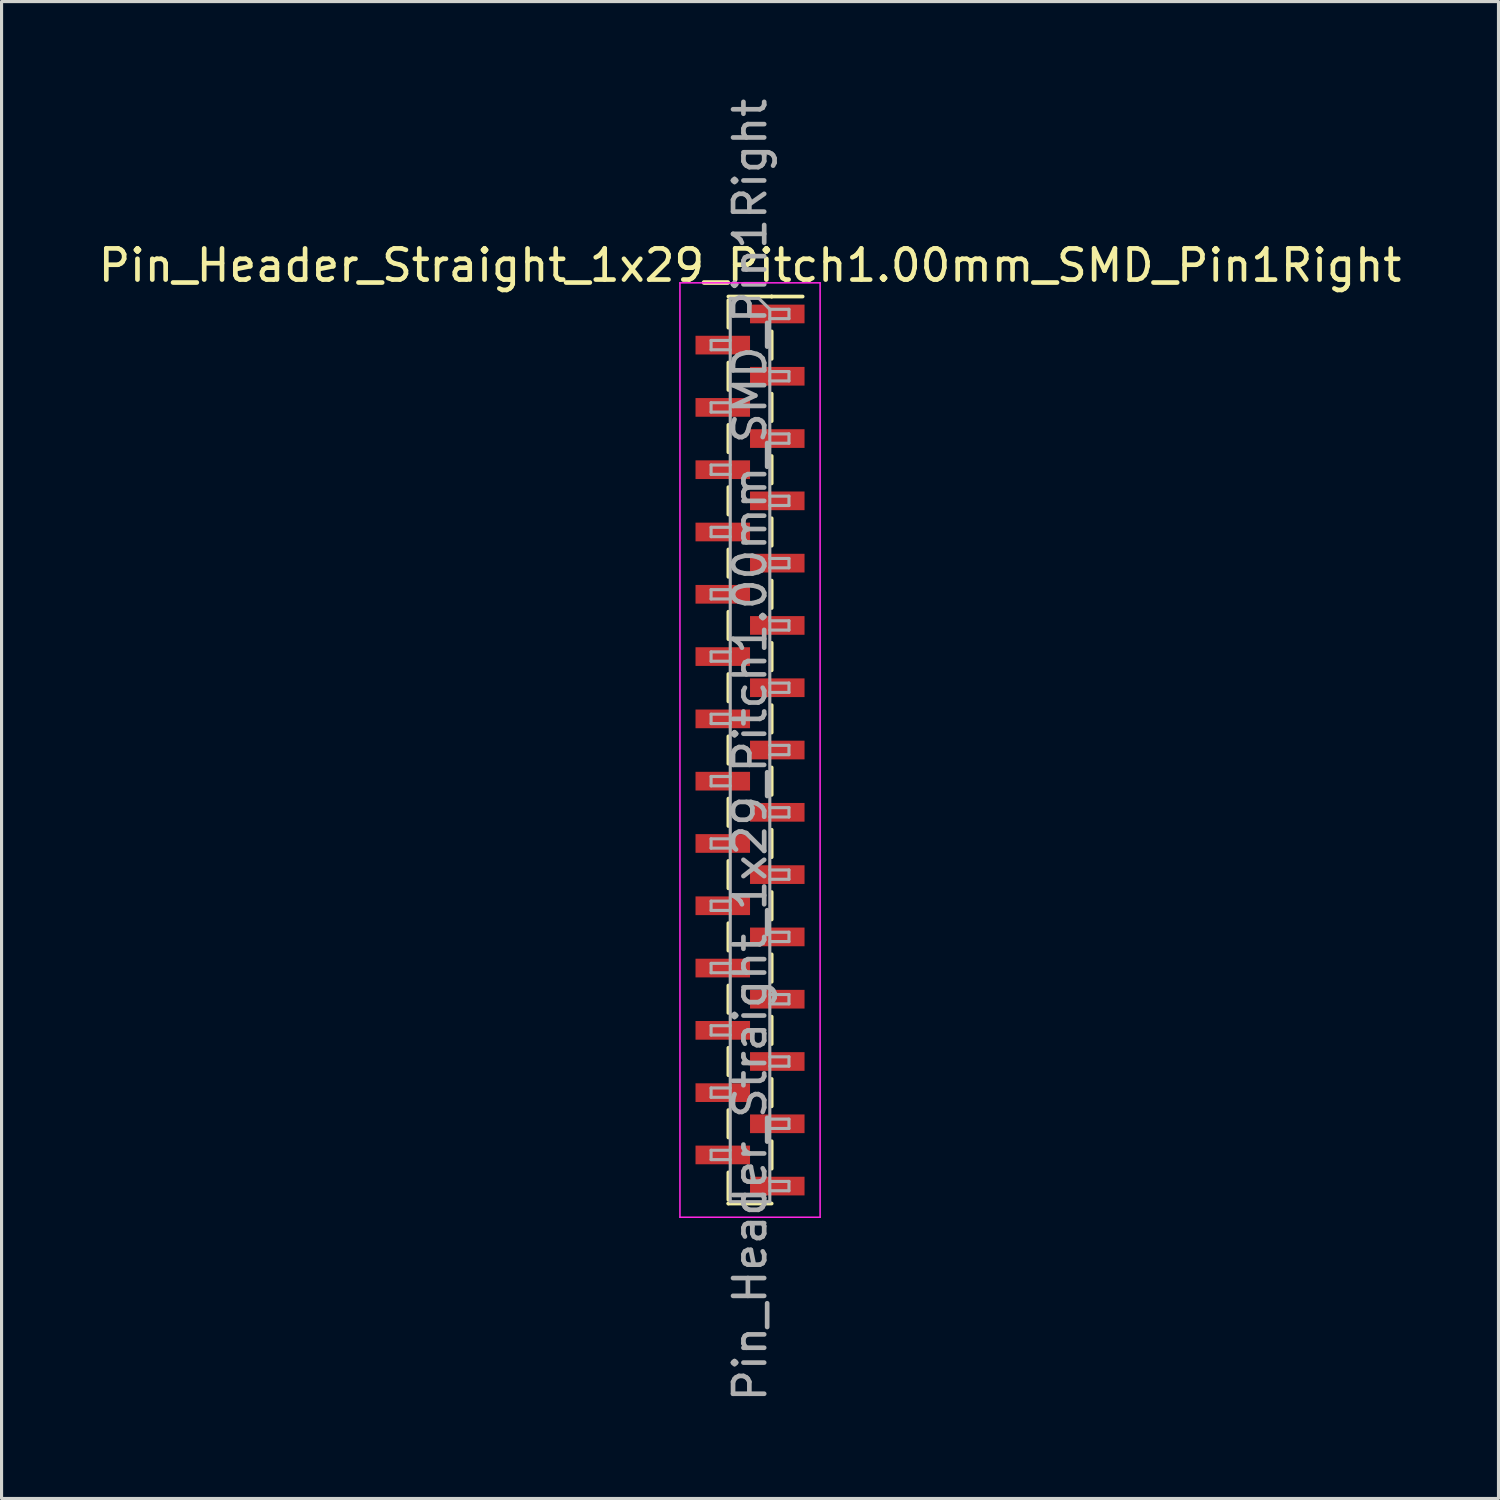
<source format=kicad_pcb>
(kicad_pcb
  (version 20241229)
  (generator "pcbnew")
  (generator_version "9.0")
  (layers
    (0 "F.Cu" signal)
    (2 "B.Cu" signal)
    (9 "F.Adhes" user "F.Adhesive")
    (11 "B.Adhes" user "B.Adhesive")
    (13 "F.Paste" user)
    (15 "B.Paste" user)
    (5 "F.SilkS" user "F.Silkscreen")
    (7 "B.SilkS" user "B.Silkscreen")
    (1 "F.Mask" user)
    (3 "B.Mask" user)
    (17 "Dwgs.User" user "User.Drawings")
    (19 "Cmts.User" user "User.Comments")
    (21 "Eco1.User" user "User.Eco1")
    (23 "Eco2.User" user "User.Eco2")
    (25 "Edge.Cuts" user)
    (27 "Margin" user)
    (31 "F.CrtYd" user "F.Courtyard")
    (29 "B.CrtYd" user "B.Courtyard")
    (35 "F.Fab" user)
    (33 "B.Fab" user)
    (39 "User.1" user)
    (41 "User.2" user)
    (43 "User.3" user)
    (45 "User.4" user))
  (footprint "Pin_Header_Straight_1x29_Pitch1.00mm_SMD_Pin1Right"
    (layer "F.Cu")
    (at 21.03 21.03)
    (property "Reference" "Pin_Header_Straight_1x29_Pitch1.00mm_SMD_Pin1Right" (at 0 -15.56 0) (layer "F.SilkS") (effects (font (size 1 1) (thickness 0.15))))
    (attr smd)
    (fp_line (start -0.695 -14.56) (end 0.695 -14.56) (stroke (width 0.12) (type solid)) (layer "F.SilkS"))
    (fp_line (start -0.695 -14.44) (end -0.695 -13.56) (stroke (width 0.12) (type solid)) (layer "F.SilkS"))
    (fp_line (start -0.695 -12.44) (end -0.695 -11.56) (stroke (width 0.12) (type solid)) (layer "F.SilkS"))
    (fp_line (start -0.695 -10.44) (end -0.695 -9.56) (stroke (width 0.12) (type solid)) (layer "F.SilkS"))
    (fp_line (start -0.695 -8.44) (end -0.695 -7.56) (stroke (width 0.12) (type solid)) (layer "F.SilkS"))
    (fp_line (start -0.695 -6.44) (end -0.695 -5.56) (stroke (width 0.12) (type solid)) (layer "F.SilkS"))
    (fp_line (start -0.695 -4.44) (end -0.695 -3.56) (stroke (width 0.12) (type solid)) (layer "F.SilkS"))
    (fp_line (start -0.695 -2.44) (end -0.695 -1.56) (stroke (width 0.12) (type solid)) (layer "F.SilkS"))
    (fp_line (start -0.695 -0.44) (end -0.695 0.44) (stroke (width 0.12) (type solid)) (layer "F.SilkS"))
    (fp_line (start -0.695 1.56) (end -0.695 2.44) (stroke (width 0.12) (type solid)) (layer "F.SilkS"))
    (fp_line (start -0.695 3.56) (end -0.695 4.44) (stroke (width 0.12) (type solid)) (layer "F.SilkS"))
    (fp_line (start -0.695 5.56) (end -0.695 6.44) (stroke (width 0.12) (type solid)) (layer "F.SilkS"))
    (fp_line (start -0.695 7.56) (end -0.695 8.44) (stroke (width 0.12) (type solid)) (layer "F.SilkS"))
    (fp_line (start -0.695 9.56) (end -0.695 10.44) (stroke (width 0.12) (type solid)) (layer "F.SilkS"))
    (fp_line (start -0.695 11.56) (end -0.695 12.44) (stroke (width 0.12) (type solid)) (layer "F.SilkS"))
    (fp_line (start -0.695 13.56) (end -0.695 14.44) (stroke (width 0.12) (type solid)) (layer "F.SilkS"))
    (fp_line (start -0.695 14.56) (end -0.695 14.56) (stroke (width 0.12) (type solid)) (layer "F.SilkS"))
    (fp_line (start -0.695 14.56) (end 0.695 14.56) (stroke (width 0.12) (type solid)) (layer "F.SilkS"))
    (fp_line (start 0.695 -14.56) (end 0.695 -14.56) (stroke (width 0.12) (type solid)) (layer "F.SilkS"))
    (fp_line (start 0.695 -14.56) (end 1.69 -14.56) (stroke (width 0.12) (type solid)) (layer "F.SilkS"))
    (fp_line (start 0.695 -13.44) (end 0.695 -12.56) (stroke (width 0.12) (type solid)) (layer "F.SilkS"))
    (fp_line (start 0.695 -11.44) (end 0.695 -10.56) (stroke (width 0.12) (type solid)) (layer "F.SilkS"))
    (fp_line (start 0.695 -9.44) (end 0.695 -8.56) (stroke (width 0.12) (type solid)) (layer "F.SilkS"))
    (fp_line (start 0.695 -7.44) (end 0.695 -6.56) (stroke (width 0.12) (type solid)) (layer "F.SilkS"))
    (fp_line (start 0.695 -5.44) (end 0.695 -4.56) (stroke (width 0.12) (type solid)) (layer "F.SilkS"))
    (fp_line (start 0.695 -3.44) (end 0.695 -2.56) (stroke (width 0.12) (type solid)) (layer "F.SilkS"))
    (fp_line (start 0.695 -1.44) (end 0.695 -0.56) (stroke (width 0.12) (type solid)) (layer "F.SilkS"))
    (fp_line (start 0.695 0.56) (end 0.695 1.44) (stroke (width 0.12) (type solid)) (layer "F.SilkS"))
    (fp_line (start 0.695 2.56) (end 0.695 3.44) (stroke (width 0.12) (type solid)) (layer "F.SilkS"))
    (fp_line (start 0.695 4.56) (end 0.695 5.44) (stroke (width 0.12) (type solid)) (layer "F.SilkS"))
    (fp_line (start 0.695 6.56) (end 0.695 7.44) (stroke (width 0.12) (type solid)) (layer "F.SilkS"))
    (fp_line (start 0.695 8.56) (end 0.695 9.44) (stroke (width 0.12) (type solid)) (layer "F.SilkS"))
    (fp_line (start 0.695 10.56) (end 0.695 11.44) (stroke (width 0.12) (type solid)) (layer "F.SilkS"))
    (fp_line (start 0.695 12.56) (end 0.695 13.44) (stroke (width 0.12) (type solid)) (layer "F.SilkS"))
    (fp_line (start -2.25 -15) (end -2.25 15) (stroke (width 0.05) (type solid)) (layer "F.CrtYd"))
    (fp_line (start -2.25 15) (end 2.25 15) (stroke (width 0.05) (type solid)) (layer "F.CrtYd"))
    (fp_line (start 2.25 -15) (end -2.25 -15) (stroke (width 0.05) (type solid)) (layer "F.CrtYd"))
    (fp_line (start 2.25 15) (end 2.25 -15) (stroke (width 0.05) (type solid)) (layer "F.CrtYd"))
    (fp_line (start -1.25 -13.15) (end -1.25 -12.85) (stroke (width 0.1) (type solid)) (layer "F.Fab"))
    (fp_line (start -1.25 -12.85) (end -0.635 -12.85) (stroke (width 0.1) (type solid)) (layer "F.Fab"))
    (fp_line (start -1.25 -11.15) (end -1.25 -10.85) (stroke (width 0.1) (type solid)) (layer "F.Fab"))
    (fp_line (start -1.25 -10.85) (end -0.635 -10.85) (stroke (width 0.1) (type solid)) (layer "F.Fab"))
    (fp_line (start -1.25 -9.15) (end -1.25 -8.85) (stroke (width 0.1) (type solid)) (layer "F.Fab"))
    (fp_line (start -1.25 -8.85) (end -0.635 -8.85) (stroke (width 0.1) (type solid)) (layer "F.Fab"))
    (fp_line (start -1.25 -7.15) (end -1.25 -6.85) (stroke (width 0.1) (type solid)) (layer "F.Fab"))
    (fp_line (start -1.25 -6.85) (end -0.635 -6.85) (stroke (width 0.1) (type solid)) (layer "F.Fab"))
    (fp_line (start -1.25 -5.15) (end -1.25 -4.85) (stroke (width 0.1) (type solid)) (layer "F.Fab"))
    (fp_line (start -1.25 -4.85) (end -0.635 -4.85) (stroke (width 0.1) (type solid)) (layer "F.Fab"))
    (fp_line (start -1.25 -3.15) (end -1.25 -2.85) (stroke (width 0.1) (type solid)) (layer "F.Fab"))
    (fp_line (start -1.25 -2.85) (end -0.635 -2.85) (stroke (width 0.1) (type solid)) (layer "F.Fab"))
    (fp_line (start -1.25 -1.15) (end -1.25 -0.85) (stroke (width 0.1) (type solid)) (layer "F.Fab"))
    (fp_line (start -1.25 -0.85) (end -0.635 -0.85) (stroke (width 0.1) (type solid)) (layer "F.Fab"))
    (fp_line (start -1.25 0.85) (end -1.25 1.15) (stroke (width 0.1) (type solid)) (layer "F.Fab"))
    (fp_line (start -1.25 1.15) (end -0.635 1.15) (stroke (width 0.1) (type solid)) (layer "F.Fab"))
    (fp_line (start -1.25 2.85) (end -1.25 3.15) (stroke (width 0.1) (type solid)) (layer "F.Fab"))
    (fp_line (start -1.25 3.15) (end -0.635 3.15) (stroke (width 0.1) (type solid)) (layer "F.Fab"))
    (fp_line (start -1.25 4.85) (end -1.25 5.15) (stroke (width 0.1) (type solid)) (layer "F.Fab"))
    (fp_line (start -1.25 5.15) (end -0.635 5.15) (stroke (width 0.1) (type solid)) (layer "F.Fab"))
    (fp_line (start -1.25 6.85) (end -1.25 7.15) (stroke (width 0.1) (type solid)) (layer "F.Fab"))
    (fp_line (start -1.25 7.15) (end -0.635 7.15) (stroke (width 0.1) (type solid)) (layer "F.Fab"))
    (fp_line (start -1.25 8.85) (end -1.25 9.15) (stroke (width 0.1) (type solid)) (layer "F.Fab"))
    (fp_line (start -1.25 9.15) (end -0.635 9.15) (stroke (width 0.1) (type solid)) (layer "F.Fab"))
    (fp_line (start -1.25 10.85) (end -1.25 11.15) (stroke (width 0.1) (type solid)) (layer "F.Fab"))
    (fp_line (start -1.25 11.15) (end -0.635 11.15) (stroke (width 0.1) (type solid)) (layer "F.Fab"))
    (fp_line (start -1.25 12.85) (end -1.25 13.15) (stroke (width 0.1) (type solid)) (layer "F.Fab"))
    (fp_line (start -1.25 13.15) (end -0.635 13.15) (stroke (width 0.1) (type solid)) (layer "F.Fab"))
    (fp_line (start -0.635 -14.5) (end -0.635 14.5) (stroke (width 0.1) (type solid)) (layer "F.Fab"))
    (fp_line (start -0.635 -14.5) (end 0.285 -14.5) (stroke (width 0.1) (type solid)) (layer "F.Fab"))
    (fp_line (start -0.635 -13.15) (end -1.25 -13.15) (stroke (width 0.1) (type solid)) (layer "F.Fab"))
    (fp_line (start -0.635 -11.15) (end -1.25 -11.15) (stroke (width 0.1) (type solid)) (layer "F.Fab"))
    (fp_line (start -0.635 -9.15) (end -1.25 -9.15) (stroke (width 0.1) (type solid)) (layer "F.Fab"))
    (fp_line (start -0.635 -7.15) (end -1.25 -7.15) (stroke (width 0.1) (type solid)) (layer "F.Fab"))
    (fp_line (start -0.635 -5.15) (end -1.25 -5.15) (stroke (width 0.1) (type solid)) (layer "F.Fab"))
    (fp_line (start -0.635 -3.15) (end -1.25 -3.15) (stroke (width 0.1) (type solid)) (layer "F.Fab"))
    (fp_line (start -0.635 -1.15) (end -1.25 -1.15) (stroke (width 0.1) (type solid)) (layer "F.Fab"))
    (fp_line (start -0.635 0.85) (end -1.25 0.85) (stroke (width 0.1) (type solid)) (layer "F.Fab"))
    (fp_line (start -0.635 2.85) (end -1.25 2.85) (stroke (width 0.1) (type solid)) (layer "F.Fab"))
    (fp_line (start -0.635 4.85) (end -1.25 4.85) (stroke (width 0.1) (type solid)) (layer "F.Fab"))
    (fp_line (start -0.635 6.85) (end -1.25 6.85) (stroke (width 0.1) (type solid)) (layer "F.Fab"))
    (fp_line (start -0.635 8.85) (end -1.25 8.85) (stroke (width 0.1) (type solid)) (layer "F.Fab"))
    (fp_line (start -0.635 10.85) (end -1.25 10.85) (stroke (width 0.1) (type solid)) (layer "F.Fab"))
    (fp_line (start -0.635 12.85) (end -1.25 12.85) (stroke (width 0.1) (type solid)) (layer "F.Fab"))
    (fp_line (start 0.635 -14.15) (end 0.285 -14.5) (stroke (width 0.1) (type solid)) (layer "F.Fab"))
    (fp_line (start 0.635 -14.15) (end 1.25 -14.15) (stroke (width 0.1) (type solid)) (layer "F.Fab"))
    (fp_line (start 0.635 -12.15) (end 1.25 -12.15) (stroke (width 0.1) (type solid)) (layer "F.Fab"))
    (fp_line (start 0.635 -10.15) (end 1.25 -10.15) (stroke (width 0.1) (type solid)) (layer "F.Fab"))
    (fp_line (start 0.635 -8.15) (end 1.25 -8.15) (stroke (width 0.1) (type solid)) (layer "F.Fab"))
    (fp_line (start 0.635 -6.15) (end 1.25 -6.15) (stroke (width 0.1) (type solid)) (layer "F.Fab"))
    (fp_line (start 0.635 -4.15) (end 1.25 -4.15) (stroke (width 0.1) (type solid)) (layer "F.Fab"))
    (fp_line (start 0.635 -2.15) (end 1.25 -2.15) (stroke (width 0.1) (type solid)) (layer "F.Fab"))
    (fp_line (start 0.635 -0.15) (end 1.25 -0.15) (stroke (width 0.1) (type solid)) (layer "F.Fab"))
    (fp_line (start 0.635 1.85) (end 1.25 1.85) (stroke (width 0.1) (type solid)) (layer "F.Fab"))
    (fp_line (start 0.635 3.85) (end 1.25 3.85) (stroke (width 0.1) (type solid)) (layer "F.Fab"))
    (fp_line (start 0.635 5.85) (end 1.25 5.85) (stroke (width 0.1) (type solid)) (layer "F.Fab"))
    (fp_line (start 0.635 7.85) (end 1.25 7.85) (stroke (width 0.1) (type solid)) (layer "F.Fab"))
    (fp_line (start 0.635 9.85) (end 1.25 9.85) (stroke (width 0.1) (type solid)) (layer "F.Fab"))
    (fp_line (start 0.635 11.85) (end 1.25 11.85) (stroke (width 0.1) (type solid)) (layer "F.Fab"))
    (fp_line (start 0.635 13.85) (end 1.25 13.85) (stroke (width 0.1) (type solid)) (layer "F.Fab"))
    (fp_line (start 0.635 14.5) (end -0.635 14.5) (stroke (width 0.1) (type solid)) (layer "F.Fab"))
    (fp_line (start 0.635 14.5) (end 0.635 -14.15) (stroke (width 0.1) (type solid)) (layer "F.Fab"))
    (fp_line (start 1.25 -14.15) (end 1.25 -13.85) (stroke (width 0.1) (type solid)) (layer "F.Fab"))
    (fp_line (start 1.25 -13.85) (end 0.635 -13.85) (stroke (width 0.1) (type solid)) (layer "F.Fab"))
    (fp_line (start 1.25 -12.15) (end 1.25 -11.85) (stroke (width 0.1) (type solid)) (layer "F.Fab"))
    (fp_line (start 1.25 -11.85) (end 0.635 -11.85) (stroke (width 0.1) (type solid)) (layer "F.Fab"))
    (fp_line (start 1.25 -10.15) (end 1.25 -9.85) (stroke (width 0.1) (type solid)) (layer "F.Fab"))
    (fp_line (start 1.25 -9.85) (end 0.635 -9.85) (stroke (width 0.1) (type solid)) (layer "F.Fab"))
    (fp_line (start 1.25 -8.15) (end 1.25 -7.85) (stroke (width 0.1) (type solid)) (layer "F.Fab"))
    (fp_line (start 1.25 -7.85) (end 0.635 -7.85) (stroke (width 0.1) (type solid)) (layer "F.Fab"))
    (fp_line (start 1.25 -6.15) (end 1.25 -5.85) (stroke (width 0.1) (type solid)) (layer "F.Fab"))
    (fp_line (start 1.25 -5.85) (end 0.635 -5.85) (stroke (width 0.1) (type solid)) (layer "F.Fab"))
    (fp_line (start 1.25 -4.15) (end 1.25 -3.85) (stroke (width 0.1) (type solid)) (layer "F.Fab"))
    (fp_line (start 1.25 -3.85) (end 0.635 -3.85) (stroke (width 0.1) (type solid)) (layer "F.Fab"))
    (fp_line (start 1.25 -2.15) (end 1.25 -1.85) (stroke (width 0.1) (type solid)) (layer "F.Fab"))
    (fp_line (start 1.25 -1.85) (end 0.635 -1.85) (stroke (width 0.1) (type solid)) (layer "F.Fab"))
    (fp_line (start 1.25 -0.15) (end 1.25 0.15) (stroke (width 0.1) (type solid)) (layer "F.Fab"))
    (fp_line (start 1.25 0.15) (end 0.635 0.15) (stroke (width 0.1) (type solid)) (layer "F.Fab"))
    (fp_line (start 1.25 1.85) (end 1.25 2.15) (stroke (width 0.1) (type solid)) (layer "F.Fab"))
    (fp_line (start 1.25 2.15) (end 0.635 2.15) (stroke (width 0.1) (type solid)) (layer "F.Fab"))
    (fp_line (start 1.25 3.85) (end 1.25 4.15) (stroke (width 0.1) (type solid)) (layer "F.Fab"))
    (fp_line (start 1.25 4.15) (end 0.635 4.15) (stroke (width 0.1) (type solid)) (layer "F.Fab"))
    (fp_line (start 1.25 5.85) (end 1.25 6.15) (stroke (width 0.1) (type solid)) (layer "F.Fab"))
    (fp_line (start 1.25 6.15) (end 0.635 6.15) (stroke (width 0.1) (type solid)) (layer "F.Fab"))
    (fp_line (start 1.25 7.85) (end 1.25 8.15) (stroke (width 0.1) (type solid)) (layer "F.Fab"))
    (fp_line (start 1.25 8.15) (end 0.635 8.15) (stroke (width 0.1) (type solid)) (layer "F.Fab"))
    (fp_line (start 1.25 9.85) (end 1.25 10.15) (stroke (width 0.1) (type solid)) (layer "F.Fab"))
    (fp_line (start 1.25 10.15) (end 0.635 10.15) (stroke (width 0.1) (type solid)) (layer "F.Fab"))
    (fp_line (start 1.25 11.85) (end 1.25 12.15) (stroke (width 0.1) (type solid)) (layer "F.Fab"))
    (fp_line (start 1.25 12.15) (end 0.635 12.15) (stroke (width 0.1) (type solid)) (layer "F.Fab"))
    (fp_line (start 1.25 13.85) (end 1.25 14.15) (stroke (width 0.1) (type solid)) (layer "F.Fab"))
    (fp_line (start 1.25 14.15) (end 0.635 14.15) (stroke (width 0.1) (type solid)) (layer "F.Fab"))
    (fp_text user "${REFERENCE}" (at 0 0 90) (layer "F.Fab") (effects (font (size 1 1) (thickness 0.15))))
    (pad "1" smd rect (at 0.875 -14) (size 1.75 0.6) (layers "F.Cu" "F.Mask" "F.Paste"))
    (pad "2" smd rect (at -0.875 -13) (size 1.75 0.6) (layers "F.Cu" "F.Mask" "F.Paste"))
    (pad "3" smd rect (at 0.875 -12) (size 1.75 0.6) (layers "F.Cu" "F.Mask" "F.Paste"))
    (pad "4" smd rect (at -0.875 -11) (size 1.75 0.6) (layers "F.Cu" "F.Mask" "F.Paste"))
    (pad "5" smd rect (at 0.875 -10) (size 1.75 0.6) (layers "F.Cu" "F.Mask" "F.Paste"))
    (pad "6" smd rect (at -0.875 -9) (size 1.75 0.6) (layers "F.Cu" "F.Mask" "F.Paste"))
    (pad "7" smd rect (at 0.875 -8) (size 1.75 0.6) (layers "F.Cu" "F.Mask" "F.Paste"))
    (pad "8" smd rect (at -0.875 -7) (size 1.75 0.6) (layers "F.Cu" "F.Mask" "F.Paste"))
    (pad "9" smd rect (at 0.875 -6) (size 1.75 0.6) (layers "F.Cu" "F.Mask" "F.Paste"))
    (pad "10" smd rect (at -0.875 -5) (size 1.75 0.6) (layers "F.Cu" "F.Mask" "F.Paste"))
    (pad "11" smd rect (at 0.875 -4) (size 1.75 0.6) (layers "F.Cu" "F.Mask" "F.Paste"))
    (pad "12" smd rect (at -0.875 -3) (size 1.75 0.6) (layers "F.Cu" "F.Mask" "F.Paste"))
    (pad "13" smd rect (at 0.875 -2) (size 1.75 0.6) (layers "F.Cu" "F.Mask" "F.Paste"))
    (pad "14" smd rect (at -0.875 -1) (size 1.75 0.6) (layers "F.Cu" "F.Mask" "F.Paste"))
    (pad "15" smd rect (at 0.875 0) (size 1.75 0.6) (layers "F.Cu" "F.Mask" "F.Paste"))
    (pad "16" smd rect (at -0.875 1) (size 1.75 0.6) (layers "F.Cu" "F.Mask" "F.Paste"))
    (pad "17" smd rect (at 0.875 2) (size 1.75 0.6) (layers "F.Cu" "F.Mask" "F.Paste"))
    (pad "18" smd rect (at -0.875 3) (size 1.75 0.6) (layers "F.Cu" "F.Mask" "F.Paste"))
    (pad "19" smd rect (at 0.875 4) (size 1.75 0.6) (layers "F.Cu" "F.Mask" "F.Paste"))
    (pad "20" smd rect (at -0.875 5) (size 1.75 0.6) (layers "F.Cu" "F.Mask" "F.Paste"))
    (pad "21" smd rect (at 0.875 6) (size 1.75 0.6) (layers "F.Cu" "F.Mask" "F.Paste"))
    (pad "22" smd rect (at -0.875 7) (size 1.75 0.6) (layers "F.Cu" "F.Mask" "F.Paste"))
    (pad "23" smd rect (at 0.875 8) (size 1.75 0.6) (layers "F.Cu" "F.Mask" "F.Paste"))
    (pad "24" smd rect (at -0.875 9) (size 1.75 0.6) (layers "F.Cu" "F.Mask" "F.Paste"))
    (pad "25" smd rect (at 0.875 10) (size 1.75 0.6) (layers "F.Cu" "F.Mask" "F.Paste"))
    (pad "26" smd rect (at -0.875 11) (size 1.75 0.6) (layers "F.Cu" "F.Mask" "F.Paste"))
    (pad "27" smd rect (at 0.875 12) (size 1.75 0.6) (layers "F.Cu" "F.Mask" "F.Paste"))
    (pad "28" smd rect (at -0.875 13) (size 1.75 0.6) (layers "F.Cu" "F.Mask" "F.Paste"))
    (pad "29" smd rect (at 0.875 14) (size 1.75 0.6) (layers "F.Cu" "F.Mask" "F.Paste")))
  (gr_rect
    (start -3 -3)
    (end 45.06 45.06)
    (stroke (width 0.1) (type default))
    (fill no)
    (layer "Edge.Cuts")))
</source>
